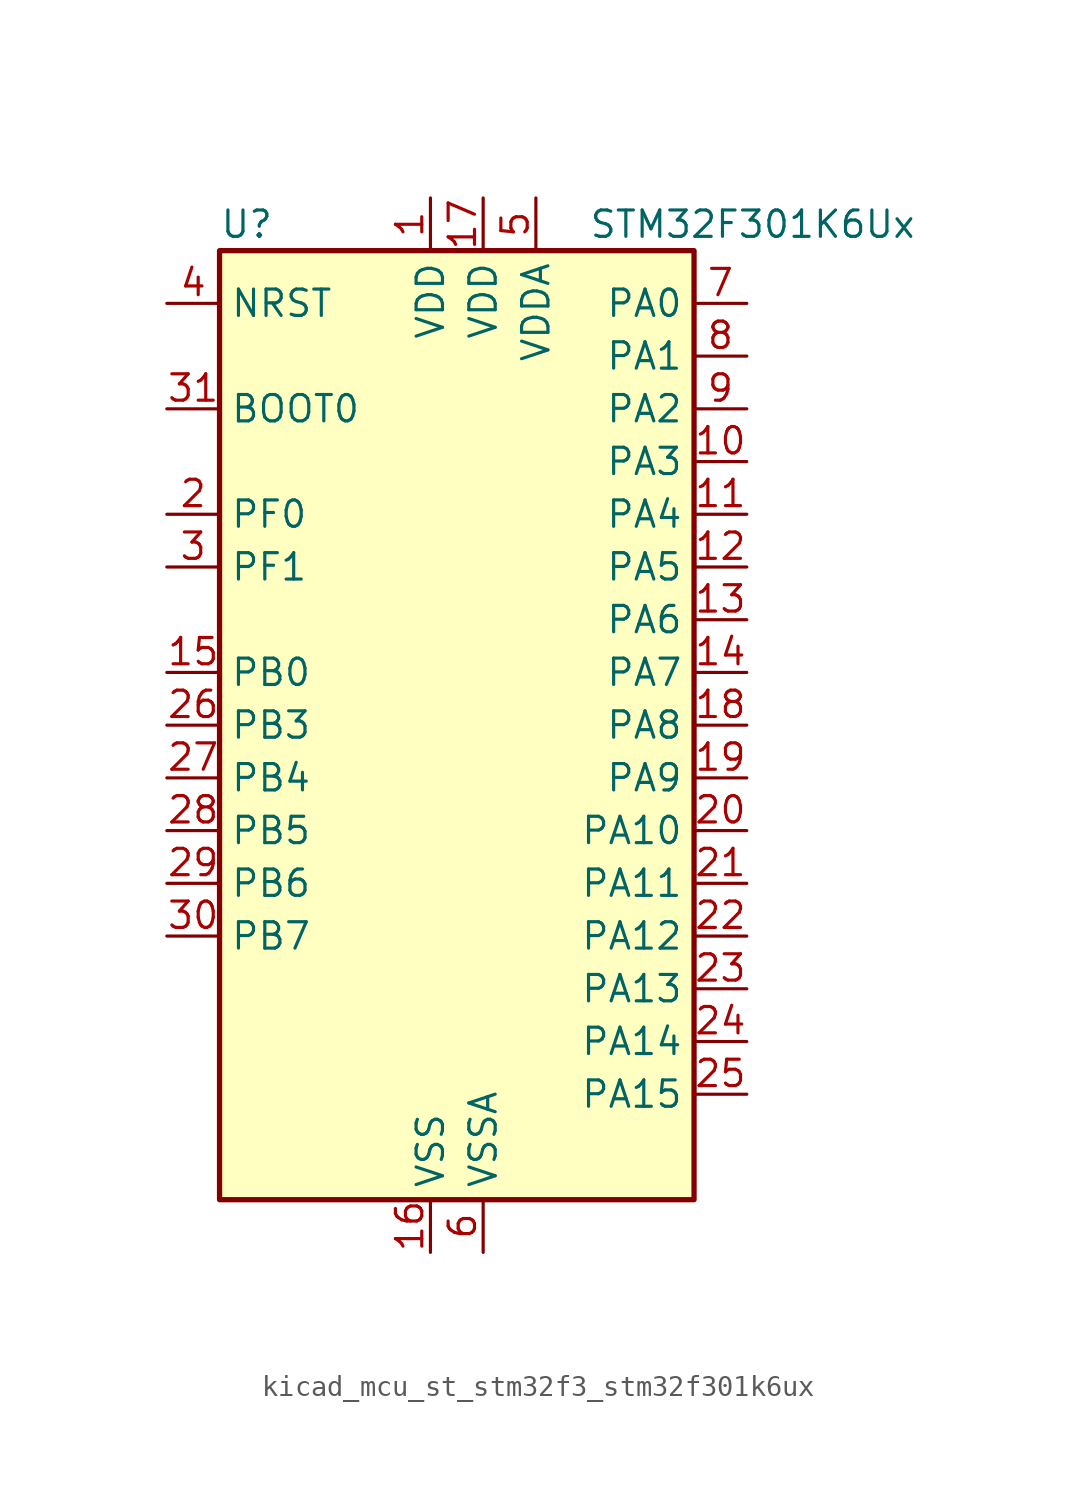
<source format=kicad_sym>
(kicad_symbol_lib
  (version 20220914)
  (generator kicad_symbol_editor)
  (symbol "kicad_mcu_st_stm32f3_stm32f301k6ux"
    (property "Reference" "U"
      (at -10.16 24.13 0)
      (effects (font (size 1.27 1.27)) (justify left)))
    (property "Value" "STM32F301K6Ux"
      (at 7.62 24.13 0)
      (effects (font (size 1.27 1.27)) (justify left)))
    (property "ki_locked" ""
      (at 0 0 0)
      (effects (font (size 1.27 1.27))))
    (symbol "kicad_mcu_st_stm32f3_stm32f301k6ux_0_1"
      (rectangle (start -10.16 -22.86) (end 12.7 22.86) (stroke (width 0.254) (type default)) (fill (type background))))
    (symbol "kicad_mcu_st_stm32f3_stm32f301k6ux_1_1"
      (pin power_in line (at 0 25.4 270) (length 2.54) (name "VDD" (effects (font (size 1.27 1.27)))) (number "1" (effects (font (size 1.27 1.27)))))
      (pin bidirectional line (at 15.24 12.7 180) (length 2.54) (name "PA3" (effects (font (size 1.27 1.27)))) (number "10" (effects (font (size 1.27 1.27)))) (alternate "ADC1_IN4" bidirectional line) (alternate "TIM15_CH2" bidirectional line) (alternate "TIM2_CH4" bidirectional line) (alternate "TSC_G1_IO4" bidirectional line) (alternate "USART2_RX" bidirectional line))
      (pin bidirectional line (at 15.24 10.16 180) (length 2.54) (name "PA4" (effects (font (size 1.27 1.27)))) (number "11" (effects (font (size 1.27 1.27)))) (alternate "ADC1_IN5" bidirectional line) (alternate "COMP2_INM" bidirectional line) (alternate "COMP4_INM" bidirectional line) (alternate "DAC_OUT1" bidirectional line) (alternate "I2S3_WS" bidirectional line) (alternate "SPI3_NSS" bidirectional line) (alternate "TSC_G2_IO1" bidirectional line) (alternate "USART2_CK" bidirectional line))
      (pin bidirectional line (at 15.24 7.62 180) (length 2.54) (name "PA5" (effects (font (size 1.27 1.27)))) (number "12" (effects (font (size 1.27 1.27)))) (alternate "OPAMP2_VINM" bidirectional line) (alternate "OPAMP2_VINM_SEC" bidirectional line) (alternate "TIM2_CH1" bidirectional line) (alternate "TIM2_ETR" bidirectional line) (alternate "TSC_G2_IO2" bidirectional line))
      (pin bidirectional line (at 15.24 5.08 180) (length 2.54) (name "PA6" (effects (font (size 1.27 1.27)))) (number "13" (effects (font (size 1.27 1.27)))) (alternate "ADC1_IN10" bidirectional line) (alternate "OPAMP2_VOUT" bidirectional line) (alternate "TIM16_CH1" bidirectional line) (alternate "TIM1_BKIN" bidirectional line) (alternate "TSC_G2_IO3" bidirectional line))
      (pin bidirectional line (at 15.24 2.54 180) (length 2.54) (name "PA7" (effects (font (size 1.27 1.27)))) (number "14" (effects (font (size 1.27 1.27)))) (alternate "ADC1_IN15" bidirectional line) (alternate "COMP2_INP" bidirectional line) (alternate "OPAMP2_VINP" bidirectional line) (alternate "OPAMP2_VINP_SEC" bidirectional line) (alternate "TIM17_CH1" bidirectional line) (alternate "TIM1_CH1N" bidirectional line) (alternate "TSC_G2_IO4" bidirectional line))
      (pin bidirectional line (at -12.7 2.54 0) (length 2.54) (name "PB0" (effects (font (size 1.27 1.27)))) (number "15" (effects (font (size 1.27 1.27)))) (alternate "ADC1_IN11" bidirectional line) (alternate "COMP4_INP" bidirectional line) (alternate "OPAMP2_VINP" bidirectional line) (alternate "OPAMP2_VINP_SEC" bidirectional line) (alternate "TIM1_CH2N" bidirectional line) (alternate "TSC_G3_IO2" bidirectional line))
      (pin power_in line (at 0 -25.4 90) (length 2.54) (name "VSS" (effects (font (size 1.27 1.27)))) (number "16" (effects (font (size 1.27 1.27)))))
      (pin power_in line (at 2.54 25.4 270) (length 2.54) (name "VDD" (effects (font (size 1.27 1.27)))) (number "17" (effects (font (size 1.27 1.27)))))
      (pin bidirectional line (at 15.24 0 180) (length 2.54) (name "PA8" (effects (font (size 1.27 1.27)))) (number "18" (effects (font (size 1.27 1.27)))) (alternate "I2C2_SMBA" bidirectional line) (alternate "I2C3_SCL" bidirectional line) (alternate "I2S2_MCK" bidirectional line) (alternate "RCC_MCO" bidirectional line) (alternate "TIM1_CH1" bidirectional line) (alternate "USART1_CK" bidirectional line))
      (pin bidirectional line (at 15.24 -2.54 180) (length 2.54) (name "PA9" (effects (font (size 1.27 1.27)))) (number "19" (effects (font (size 1.27 1.27)))) (alternate "DAC_EXTI9" bidirectional line) (alternate "I2C2_SCL" bidirectional line) (alternate "I2C3_SMBA" bidirectional line) (alternate "I2S3_MCK" bidirectional line) (alternate "TIM15_BKIN" bidirectional line) (alternate "TIM1_CH2" bidirectional line) (alternate "TIM2_CH3" bidirectional line) (alternate "TSC_G4_IO1" bidirectional line) (alternate "USART1_TX" bidirectional line))
      (pin bidirectional line (at -12.7 10.16 0) (length 2.54) (name "PF0" (effects (font (size 1.27 1.27)))) (number "2" (effects (font (size 1.27 1.27)))) (alternate "I2C2_SDA" bidirectional line) (alternate "I2S2_WS" bidirectional line) (alternate "RCC_OSC_IN" bidirectional line) (alternate "SPI2_NSS" bidirectional line) (alternate "TIM1_CH3N" bidirectional line))
      (pin bidirectional line (at 15.24 -5.08 180) (length 2.54) (name "PA10" (effects (font (size 1.27 1.27)))) (number "20" (effects (font (size 1.27 1.27)))) (alternate "I2C2_SDA" bidirectional line) (alternate "I2S2_ext_SD" bidirectional line) (alternate "SPI2_MISO" bidirectional line) (alternate "TIM17_BKIN" bidirectional line) (alternate "TIM1_CH3" bidirectional line) (alternate "TIM2_CH4" bidirectional line) (alternate "TSC_G4_IO2" bidirectional line) (alternate "USART1_RX" bidirectional line))
      (pin bidirectional line (at 15.24 -7.62 180) (length 2.54) (name "PA11" (effects (font (size 1.27 1.27)))) (number "21" (effects (font (size 1.27 1.27)))) (alternate "ADC1_EXTI11" bidirectional line) (alternate "I2S2_SD" bidirectional line) (alternate "SPI2_MOSI" bidirectional line) (alternate "TIM1_BKIN2" bidirectional line) (alternate "TIM1_CH1N" bidirectional line) (alternate "TIM1_CH4" bidirectional line) (alternate "USART1_CTS" bidirectional line))
      (pin bidirectional line (at 15.24 -10.16 180) (length 2.54) (name "PA12" (effects (font (size 1.27 1.27)))) (number "22" (effects (font (size 1.27 1.27)))) (alternate "COMP2_OUT" bidirectional line) (alternate "I2S_CKIN" bidirectional line) (alternate "TIM16_CH1" bidirectional line) (alternate "TIM1_CH2N" bidirectional line) (alternate "TIM1_ETR" bidirectional line) (alternate "USART1_DE" bidirectional line) (alternate "USART1_RTS" bidirectional line))
      (pin bidirectional line (at 15.24 -12.7 180) (length 2.54) (name "PA13" (effects (font (size 1.27 1.27)))) (number "23" (effects (font (size 1.27 1.27)))) (alternate "IR_OUT" bidirectional line) (alternate "SYS_JTMS-SWDIO" bidirectional line) (alternate "TIM16_CH1N" bidirectional line) (alternate "TSC_G4_IO3" bidirectional line))
      (pin bidirectional line (at 15.24 -15.24 180) (length 2.54) (name "PA14" (effects (font (size 1.27 1.27)))) (number "24" (effects (font (size 1.27 1.27)))) (alternate "I2C1_SDA" bidirectional line) (alternate "SYS_JTCK-SWCLK" bidirectional line) (alternate "TIM1_BKIN" bidirectional line) (alternate "TSC_G4_IO4" bidirectional line) (alternate "USART2_TX" bidirectional line))
      (pin bidirectional line (at 15.24 -17.78 180) (length 2.54) (name "PA15" (effects (font (size 1.27 1.27)))) (number "25" (effects (font (size 1.27 1.27)))) (alternate "ADC1_EXTI15" bidirectional line) (alternate "I2C1_SCL" bidirectional line) (alternate "I2S3_WS" bidirectional line) (alternate "SPI3_NSS" bidirectional line) (alternate "SYS_JTDI" bidirectional line) (alternate "TIM1_BKIN" bidirectional line) (alternate "TIM2_CH1" bidirectional line) (alternate "TIM2_ETR" bidirectional line) (alternate "TSC_SYNC" bidirectional line) (alternate "USART2_RX" bidirectional line))
      (pin bidirectional line (at -12.7 0 0) (length 2.54) (name "PB3" (effects (font (size 1.27 1.27)))) (number "26" (effects (font (size 1.27 1.27)))) (alternate "I2S3_CK" bidirectional line) (alternate "SPI3_SCK" bidirectional line) (alternate "SYS_JTDO-TRACESWO" bidirectional line) (alternate "TIM2_CH2" bidirectional line) (alternate "TSC_G5_IO1" bidirectional line) (alternate "USART2_TX" bidirectional line))
      (pin bidirectional line (at -12.7 -2.54 0) (length 2.54) (name "PB4" (effects (font (size 1.27 1.27)))) (number "27" (effects (font (size 1.27 1.27)))) (alternate "I2S3_ext_SD" bidirectional line) (alternate "SPI3_MISO" bidirectional line) (alternate "SYS_NJTRST" bidirectional line) (alternate "TIM16_CH1" bidirectional line) (alternate "TIM17_BKIN" bidirectional line) (alternate "TSC_G5_IO2" bidirectional line) (alternate "USART2_RX" bidirectional line))
      (pin bidirectional line (at -12.7 -5.08 0) (length 2.54) (name "PB5" (effects (font (size 1.27 1.27)))) (number "28" (effects (font (size 1.27 1.27)))) (alternate "I2C1_SMBA" bidirectional line) (alternate "I2C3_SDA" bidirectional line) (alternate "I2S3_SD" bidirectional line) (alternate "SPI3_MOSI" bidirectional line) (alternate "TIM16_BKIN" bidirectional line) (alternate "TIM17_CH1" bidirectional line) (alternate "USART2_CK" bidirectional line))
      (pin bidirectional line (at -12.7 -7.62 0) (length 2.54) (name "PB6" (effects (font (size 1.27 1.27)))) (number "29" (effects (font (size 1.27 1.27)))) (alternate "I2C1_SCL" bidirectional line) (alternate "TIM16_CH1N" bidirectional line) (alternate "TSC_G5_IO3" bidirectional line) (alternate "USART1_TX" bidirectional line))
      (pin bidirectional line (at -12.7 7.62 0) (length 2.54) (name "PF1" (effects (font (size 1.27 1.27)))) (number "3" (effects (font (size 1.27 1.27)))) (alternate "I2C2_SCL" bidirectional line) (alternate "I2S2_CK" bidirectional line) (alternate "RCC_OSC_OUT" bidirectional line) (alternate "SPI2_SCK" bidirectional line))
      (pin bidirectional line (at -12.7 -10.16 0) (length 2.54) (name "PB7" (effects (font (size 1.27 1.27)))) (number "30" (effects (font (size 1.27 1.27)))) (alternate "I2C1_SDA" bidirectional line) (alternate "TIM17_CH1N" bidirectional line) (alternate "TSC_G5_IO4" bidirectional line) (alternate "USART1_RX" bidirectional line))
      (pin input line (at -12.7 15.24 0) (length 2.54) (name "BOOT0" (effects (font (size 1.27 1.27)))) (number "31" (effects (font (size 1.27 1.27)))))
      (pin passive line (at 0 -25.4 90) (length 2.54) hide (name "VSS" (effects (font (size 1.27 1.27)))) (number "32" (effects (font (size 1.27 1.27)))))
      (pin passive line (at 0 -25.4 90) (length 2.54) hide (name "VSS" (effects (font (size 1.27 1.27)))) (number "33" (effects (font (size 1.27 1.27)))))
      (pin input line (at -12.7 20.32 0) (length 2.54) (name "NRST" (effects (font (size 1.27 1.27)))) (number "4" (effects (font (size 1.27 1.27)))))
      (pin power_in line (at 5.08 25.4 270) (length 2.54) (name "VDDA" (effects (font (size 1.27 1.27)))) (number "5" (effects (font (size 1.27 1.27)))))
      (pin power_in line (at 2.54 -25.4 90) (length 2.54) (name "VSSA" (effects (font (size 1.27 1.27)))) (number "6" (effects (font (size 1.27 1.27)))))
      (pin bidirectional line (at 15.24 20.32 180) (length 2.54) (name "PA0" (effects (font (size 1.27 1.27)))) (number "7" (effects (font (size 1.27 1.27)))) (alternate "ADC1_IN1" bidirectional line) (alternate "RTC_TAMP2" bidirectional line) (alternate "SYS_WKUP1" bidirectional line) (alternate "TIM2_CH1" bidirectional line) (alternate "TIM2_ETR" bidirectional line) (alternate "TSC_G1_IO1" bidirectional line) (alternate "USART2_CTS" bidirectional line))
      (pin bidirectional line (at 15.24 17.78 180) (length 2.54) (name "PA1" (effects (font (size 1.27 1.27)))) (number "8" (effects (font (size 1.27 1.27)))) (alternate "ADC1_IN2" bidirectional line) (alternate "RTC_REFIN" bidirectional line) (alternate "TIM15_CH1N" bidirectional line) (alternate "TIM2_CH2" bidirectional line) (alternate "TSC_G1_IO2" bidirectional line) (alternate "USART2_DE" bidirectional line) (alternate "USART2_RTS" bidirectional line))
      (pin bidirectional line (at 15.24 15.24 180) (length 2.54) (name "PA2" (effects (font (size 1.27 1.27)))) (number "9" (effects (font (size 1.27 1.27)))) (alternate "ADC1_IN3" bidirectional line) (alternate "COMP2_INM" bidirectional line) (alternate "COMP2_OUT" bidirectional line) (alternate "TIM15_CH1" bidirectional line) (alternate "TIM2_CH3" bidirectional line) (alternate "TSC_G1_IO3" bidirectional line) (alternate "USART2_TX" bidirectional line)))))
</source>
